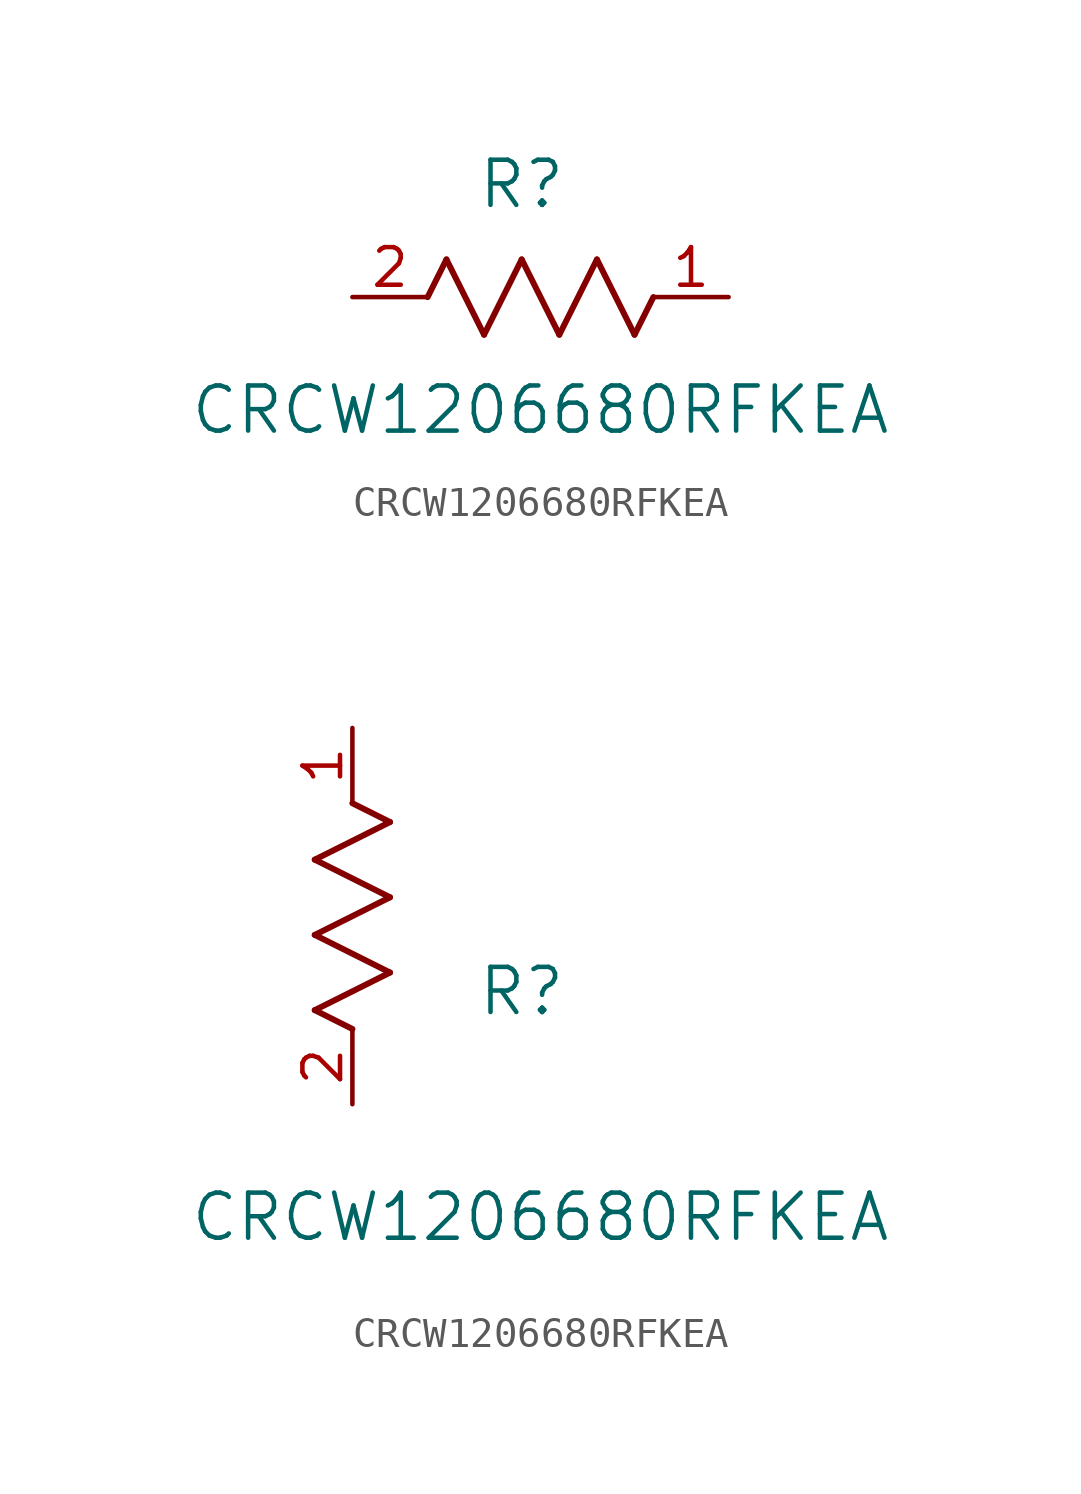
<source format=kicad_sym>
(kicad_symbol_lib
  (version 20211014)
  (generator kicad_symbol_editor)
  (symbol "CRCW1206680RFKEA"
    (pin_names
      (offset 0.254))
    (property "Reference" "R"
      (at 5.715 3.81 0)
      (effects (font (size 1.524 1.524))))
    (property "Value" "CRCW1206680RFKEA"
      (at 6.35 -3.81 0)
      (effects (font (size 1.524 1.524))))
    (symbol "CRCW1206680RFKEA_1_1"
      (polyline (pts (xy 3.175 1.27) (xy 4.445 -1.27)) (stroke (width 0.203) (type default) (color 0 0 0 0)) (fill (type none)))
      (polyline (pts (xy 4.445 -1.27) (xy 5.715 1.27)) (stroke (width 0.203) (type default) (color 0 0 0 0)) (fill (type none)))
      (polyline (pts (xy 5.715 1.27) (xy 6.985 -1.27)) (stroke (width 0.203) (type default) (color 0 0 0 0)) (fill (type none)))
      (polyline (pts (xy 6.985 -1.27) (xy 8.255 1.27)) (stroke (width 0.203) (type default) (color 0 0 0 0)) (fill (type none)))
      (polyline (pts (xy 8.255 1.27) (xy 9.525 -1.27)) (stroke (width 0.203) (type default) (color 0 0 0 0)) (fill (type none)))
      (polyline (pts (xy 2.54 0) (xy 3.175 1.27)) (stroke (width 0.203) (type default) (color 0 0 0 0)) (fill (type none)))
      (polyline (pts (xy 9.525 -1.27) (xy 10.16 0)) (stroke (width 0.203) (type default) (color 0 0 0 0)) (fill (type none)))
      (pin unspecified line (at 0 0 0) (length 2.54) (name "" (effects (font (size 1.27 1.27)))) (number "2" (effects (font (size 1.27 1.27)))))
      (pin unspecified line (at 12.7 0 180) (length 2.54) (name "" (effects (font (size 1.27 1.27)))) (number "1" (effects (font (size 1.27 1.27))))))
    (symbol "CRCW1206680RFKEA_1_2"
      (polyline (pts (xy 0 2.54) (xy -1.27 3.175)) (stroke (width 0.203) (type default) (color 0 0 0 0)) (fill (type none)))
      (polyline (pts (xy -1.27 3.175) (xy 1.27 4.445)) (stroke (width 0.203) (type default) (color 0 0 0 0)) (fill (type none)))
      (polyline (pts (xy 1.27 4.445) (xy -1.27 5.715)) (stroke (width 0.203) (type default) (color 0 0 0 0)) (fill (type none)))
      (polyline (pts (xy -1.27 5.715) (xy 1.27 6.985)) (stroke (width 0.203) (type default) (color 0 0 0 0)) (fill (type none)))
      (polyline (pts (xy -1.27 8.255) (xy 1.27 9.525)) (stroke (width 0.203) (type default) (color 0 0 0 0)) (fill (type none)))
      (polyline (pts (xy 1.27 9.525) (xy 0 10.16)) (stroke (width 0.203) (type default) (color 0 0 0 0)) (fill (type none)))
      (polyline (pts (xy 1.27 6.985) (xy -1.27 8.255)) (stroke (width 0.203) (type default) (color 0 0 0 0)) (fill (type none)))
      (pin unspecified line (at 0 0 90) (length 2.54) (name "" (effects (font (size 1.27 1.27)))) (number "2" (effects (font (size 1.27 1.27)))))
      (pin unspecified line (at 0 12.7 270) (length 2.54) (name "" (effects (font (size 1.27 1.27)))) (number "1" (effects (font (size 1.27 1.27))))))))
</source>
